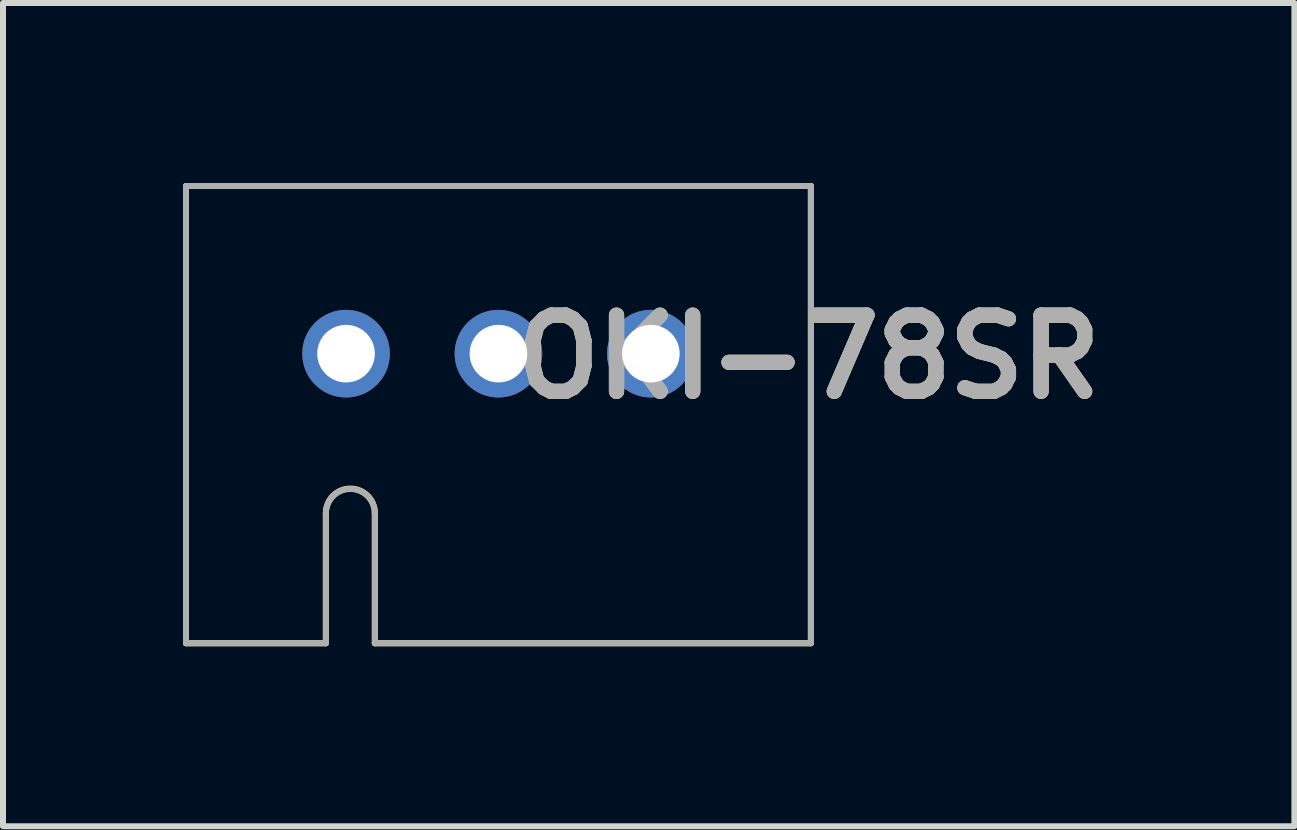
<source format=kicad_pcb>
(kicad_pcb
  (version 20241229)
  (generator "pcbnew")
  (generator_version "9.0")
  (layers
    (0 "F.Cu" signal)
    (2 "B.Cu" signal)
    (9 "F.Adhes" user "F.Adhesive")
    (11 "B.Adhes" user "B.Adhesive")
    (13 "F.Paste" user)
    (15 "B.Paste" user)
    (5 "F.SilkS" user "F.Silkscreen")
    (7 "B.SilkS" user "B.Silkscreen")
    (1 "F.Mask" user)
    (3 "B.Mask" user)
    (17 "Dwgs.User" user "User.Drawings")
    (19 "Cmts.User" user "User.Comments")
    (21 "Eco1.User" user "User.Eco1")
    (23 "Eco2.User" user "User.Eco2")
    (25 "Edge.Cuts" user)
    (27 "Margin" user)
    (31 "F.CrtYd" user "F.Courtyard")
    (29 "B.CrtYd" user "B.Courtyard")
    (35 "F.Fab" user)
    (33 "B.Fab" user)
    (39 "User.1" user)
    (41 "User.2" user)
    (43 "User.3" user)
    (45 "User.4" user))
  (footprint "OKI-78SR"
    (layer "F.Cu")
    (at 2.717 2.844)
    (property "Reference" "OKI-78SR" (at 7.713 0.054 0) (layer "F.SilkS") (effects (font (size 1.27 1.27) (thickness 0.254))))
    (attr through_hole)
    (fp_line (start -2.667 -2.794) (end 7.747 -2.794) (stroke (width 0.1) (type solid)) (layer "F.SilkS"))
    (fp_line (start -2.667 4.826) (end -2.667 -2.794) (stroke (width 0.1) (type solid)) (layer "F.SilkS"))
    (fp_line (start -0.336 2.657) (end -0.336 4.826) (stroke (width 0.1) (type solid)) (layer "F.SilkS"))
    (fp_line (start -0.336 4.826) (end -2.667 4.826) (stroke (width 0.1) (type solid)) (layer "F.SilkS"))
    (fp_line (start 0.48 4.826) (end 0.48 2.657) (stroke (width 0.1) (type solid)) (layer "F.SilkS"))
    (fp_line (start 7.747 -2.794) (end 7.747 4.826) (stroke (width 0.1) (type solid)) (layer "F.SilkS"))
    (fp_line (start 7.747 4.826) (end 0.48 4.826) (stroke (width 0.1) (type solid)) (layer "F.SilkS"))
    (fp_arc (start -0.336051 2.656921) (mid 0.07209 2.247165) (end 0.48006 2.65709) (stroke (width 0.10008) (type solid)) (layer "F.SilkS"))
    (fp_line (start -2.667 -2.794) (end 7.747 -2.794) (stroke (width 0.1) (type solid)) (layer "F.Fab"))
    (fp_line (start -2.667 4.826) (end -2.667 -2.794) (stroke (width 0.1) (type solid)) (layer "F.Fab"))
    (fp_line (start -0.336 2.657) (end -0.336 4.826) (stroke (width 0.1) (type solid)) (layer "F.Fab"))
    (fp_line (start -0.336 4.826) (end -2.667 4.826) (stroke (width 0.1) (type solid)) (layer "F.Fab"))
    (fp_line (start 0.48 4.826) (end 0.48 2.657) (stroke (width 0.1) (type solid)) (layer "F.Fab"))
    (fp_line (start 7.747 -2.794) (end 7.747 4.826) (stroke (width 0.1) (type solid)) (layer "F.Fab"))
    (fp_line (start 7.747 4.826) (end 0.48 4.826) (stroke (width 0.1) (type solid)) (layer "F.Fab"))
    (fp_arc (start -0.33604 2.65685) (mid 0.07213 2.24892) (end 0.48006 2.65709) (stroke (width 0.10008) (type solid)) (layer "F.Fab"))
    (fp_text user "${REFERENCE}" (at 7.713 0.054 0) (layer "F.Fab") (effects (font (size 1.27 1.27) (thickness 0.254))))
    (pad "1" thru_hole circle (at 0 0) (size 1.46 1.46) (drill 0.96) (layers "*.Cu" "*.Mask"))
    (pad "2" thru_hole circle (at 2.54 0) (size 1.46 1.46) (drill 0.96) (layers "*.Cu" "*.Mask"))
    (pad "3" thru_hole circle (at 5.08 0) (size 1.46 1.46) (drill 0.96) (layers "*.Cu" "*.Mask")))
  (gr_rect
    (start -3 -3)
    (end 18.522 10.72)
    (stroke (width 0.1) (type default))
    (fill no)
    (layer "Edge.Cuts")))
</source>
